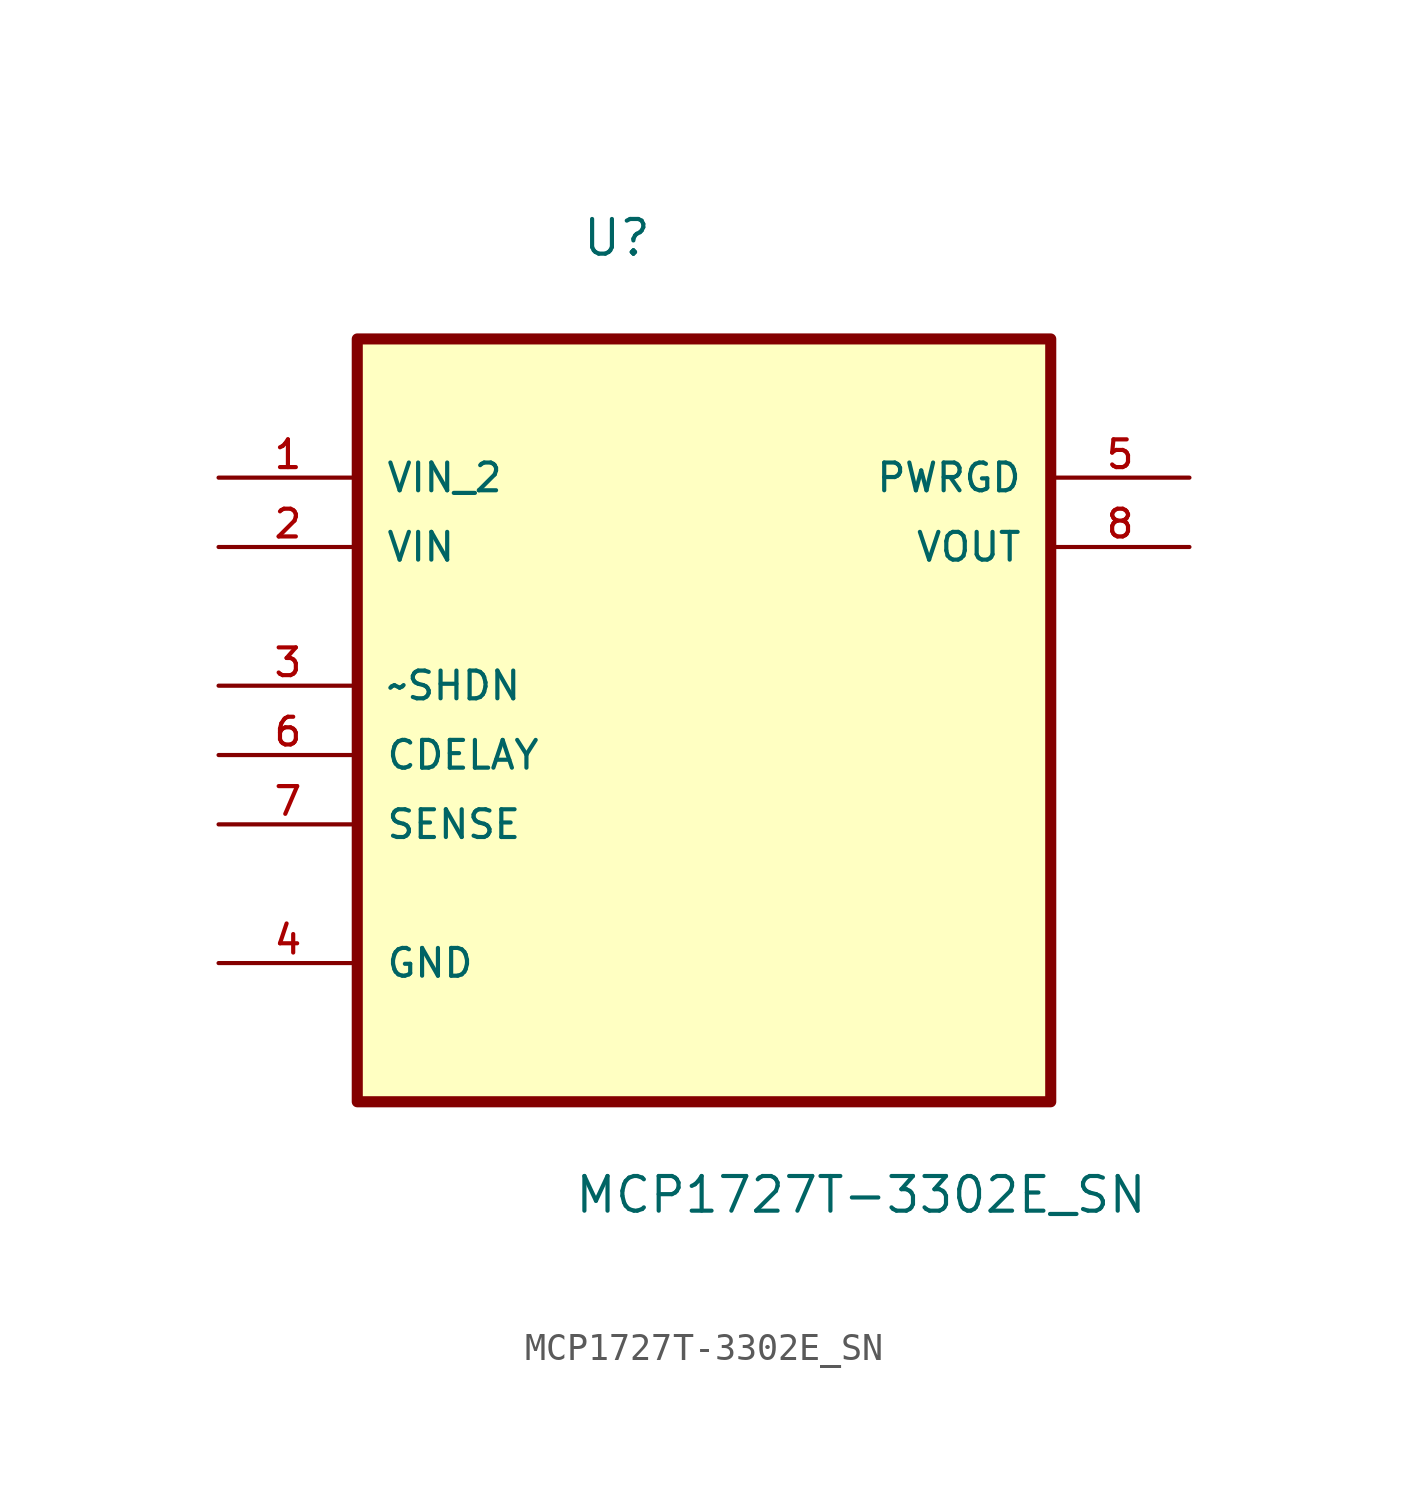
<source format=kicad_sym>
(kicad_symbol_lib
  (version 20211014)
  (generator kicad_symbol_editor)
  (symbol "MCP1727T-3302E_SN"
    (pin_names
      (offset 1.016))
    (property "Reference" "U"
      (at -4.501 13.121 0.0)
      (effects (font (size 1.27 1.27)) (justify bottom left)))
    (property "Value" "MCP1727T-3302E_SN"
      (at -4.783 -21.932 0.0)
      (effects (font (size 1.27 1.27)) (justify bottom left)))
    (symbol "MCP1727T-3302E_SN_0_0"
      (rectangle (start -12.7 -17.78) (end 12.7 10.16) (stroke (width 0.406)) (fill (type background)))
      (pin power_in line (at -17.78 5.08 0) (length 5.08) (name "VIN_2" (effects (font (size 1.016 1.016)))) (number "1" (effects (font (size 1.016 1.016)))))
      (pin power_in line (at -17.78 2.54 0) (length 5.08) (name "VIN" (effects (font (size 1.016 1.016)))) (number "2" (effects (font (size 1.016 1.016)))))
      (pin input line (at -17.78 -2.54 0) (length 5.08) (name "~SHDN" (effects (font (size 1.016 1.016)))) (number "3" (effects (font (size 1.016 1.016)))))
      (pin input line (at -17.78 -5.08 0) (length 5.08) (name "CDELAY" (effects (font (size 1.016 1.016)))) (number "6" (effects (font (size 1.016 1.016)))))
      (pin input line (at -17.78 -7.62 0) (length 5.08) (name "SENSE" (effects (font (size 1.016 1.016)))) (number "7" (effects (font (size 1.016 1.016)))))
      (pin passive line (at -17.78 -12.7 0) (length 5.08) (name "GND" (effects (font (size 1.016 1.016)))) (number "4" (effects (font (size 1.016 1.016)))))
      (pin output line (at 17.78 5.08 180.0) (length 5.08) (name "PWRGD" (effects (font (size 1.016 1.016)))) (number "5" (effects (font (size 1.016 1.016)))))
      (pin output line (at 17.78 2.54 180.0) (length 5.08) (name "VOUT" (effects (font (size 1.016 1.016)))) (number "8" (effects (font (size 1.016 1.016))))))))
</source>
